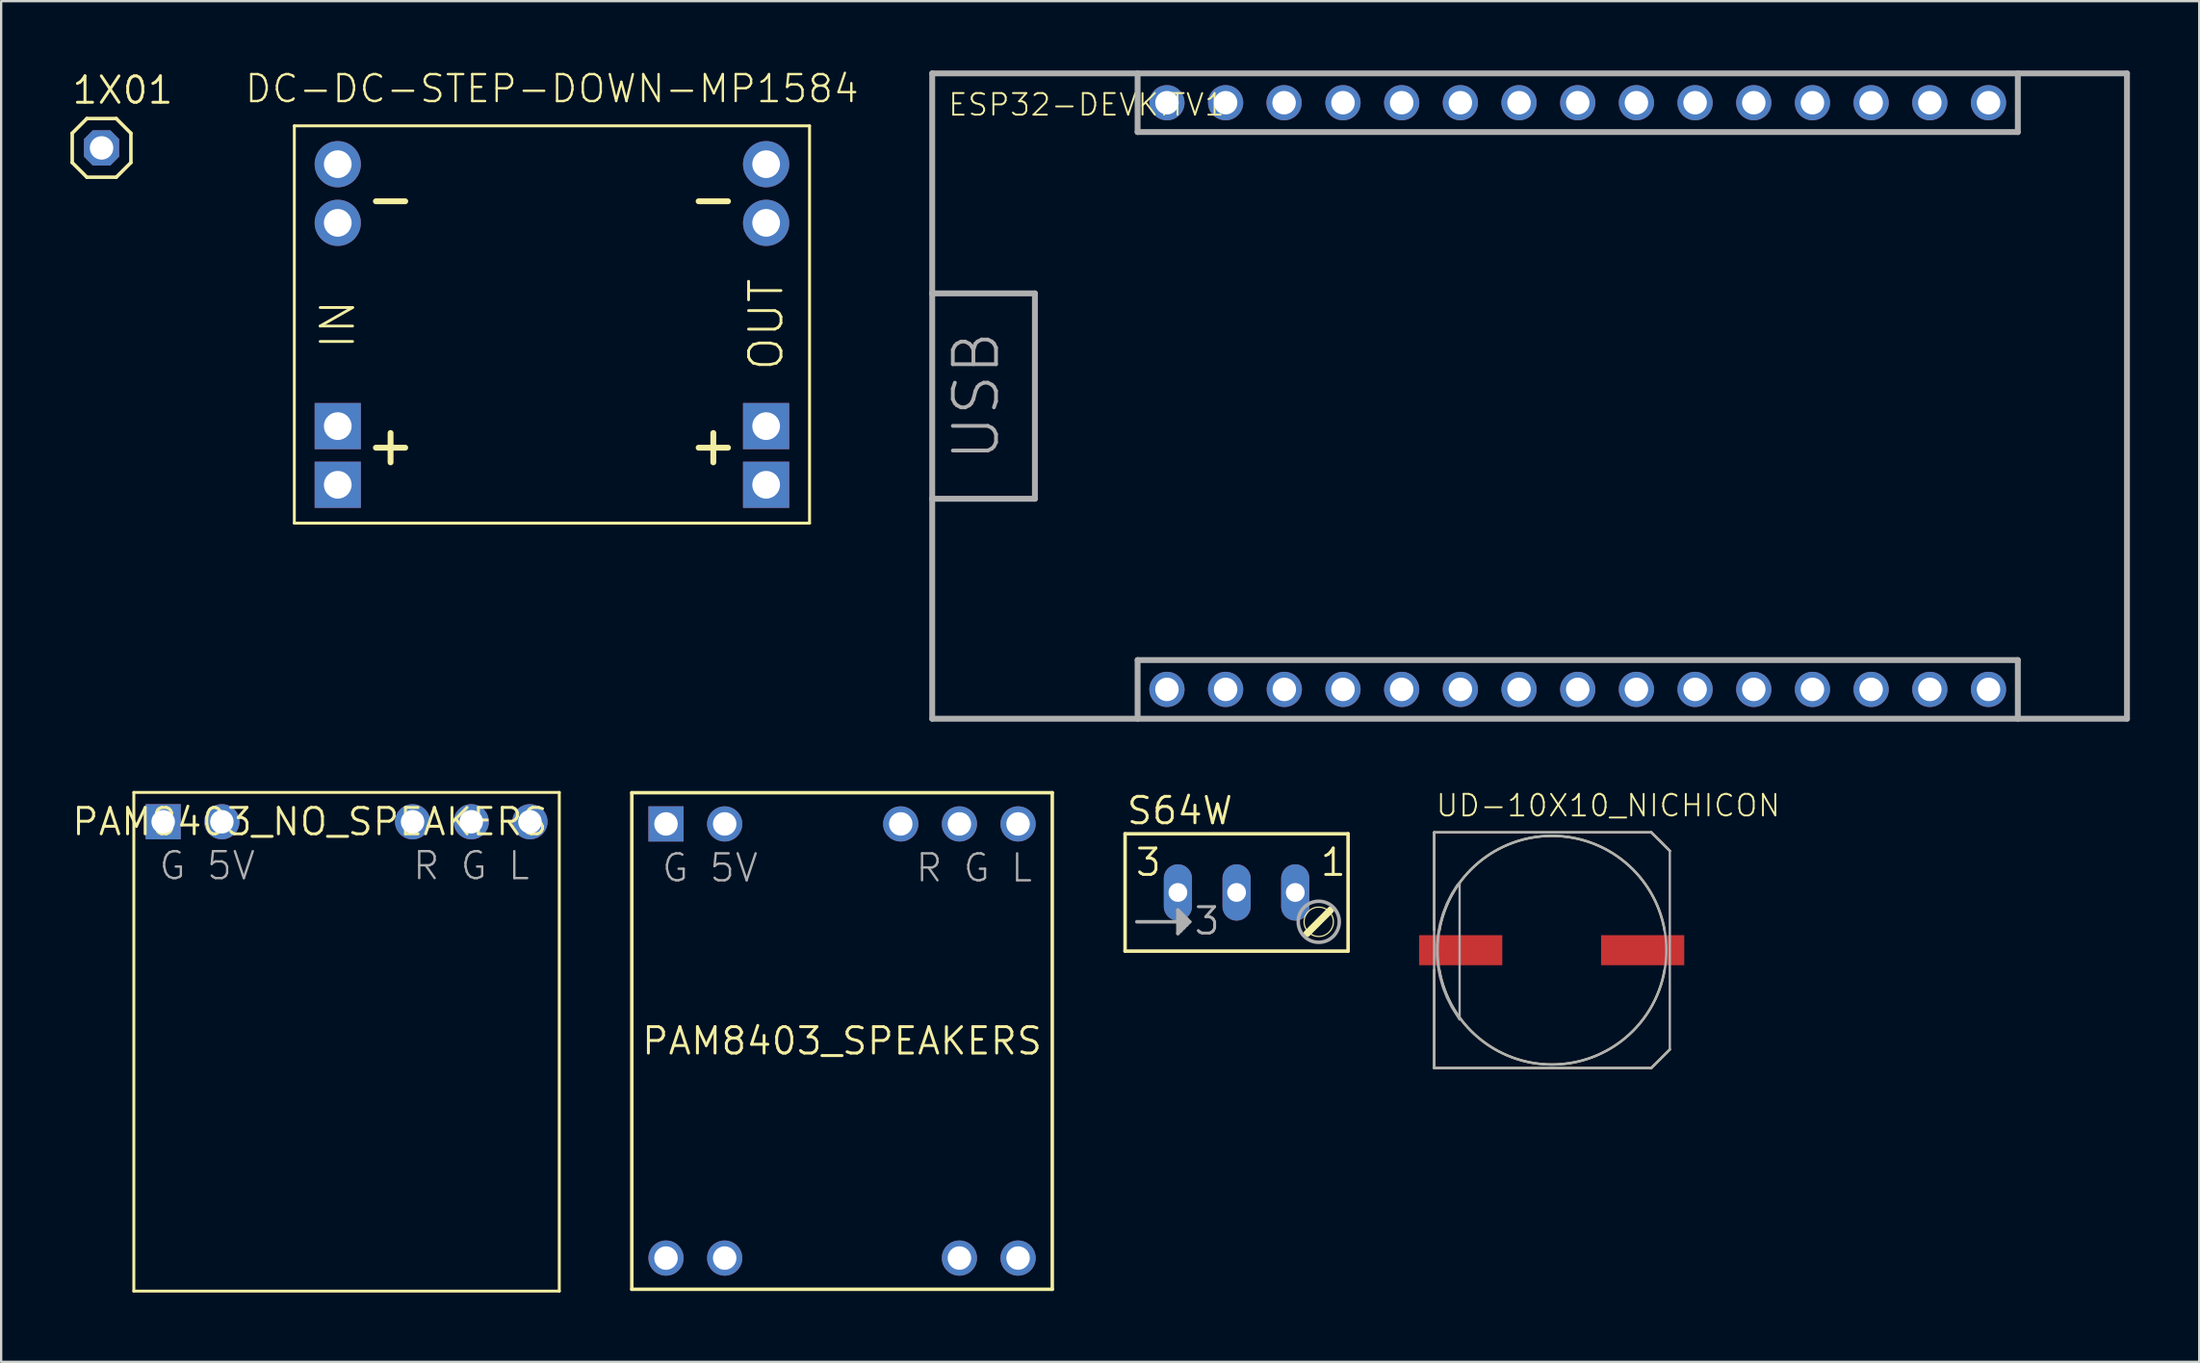
<source format=kicad_pcb>
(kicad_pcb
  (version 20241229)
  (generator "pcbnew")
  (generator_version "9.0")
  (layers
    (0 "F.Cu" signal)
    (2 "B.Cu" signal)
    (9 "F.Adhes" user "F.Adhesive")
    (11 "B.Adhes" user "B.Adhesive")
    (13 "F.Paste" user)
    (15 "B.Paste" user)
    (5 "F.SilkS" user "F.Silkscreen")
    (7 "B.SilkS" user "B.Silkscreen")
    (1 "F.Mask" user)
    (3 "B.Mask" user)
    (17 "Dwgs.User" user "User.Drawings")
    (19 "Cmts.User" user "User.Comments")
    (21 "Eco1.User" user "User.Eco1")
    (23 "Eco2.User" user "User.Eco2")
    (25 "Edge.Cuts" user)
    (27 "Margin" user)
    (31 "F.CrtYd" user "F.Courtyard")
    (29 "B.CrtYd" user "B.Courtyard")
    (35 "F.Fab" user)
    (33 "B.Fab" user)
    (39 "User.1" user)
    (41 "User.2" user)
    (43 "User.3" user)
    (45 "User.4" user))
  (footprint "1X01"
    (layer "F.Cu")
    (at 1.346 3.353)
    (property "Reference" "1X01" (at -1.346 -1.829 0) (layer "F.SilkS") (effects (font (size 1.143 1.143) (thickness 0.127)) (justify left bottom)))
    (fp_line (start -1.27 -0.635) (end -1.27 0.635) (stroke (width 0.152) (type solid)) (layer "F.SilkS"))
    (fp_line (start -1.27 0.635) (end -0.635 1.27) (stroke (width 0.152) (type solid)) (layer "F.SilkS"))
    (fp_line (start -0.635 -1.27) (end -1.27 -0.635) (stroke (width 0.152) (type solid)) (layer "F.SilkS"))
    (fp_line (start -0.635 -1.27) (end 0.635 -1.27) (stroke (width 0.152) (type solid)) (layer "F.SilkS"))
    (fp_line (start 0.635 -1.27) (end 1.27 -0.635) (stroke (width 0.152) (type solid)) (layer "F.SilkS"))
    (fp_line (start 0.635 1.27) (end -0.635 1.27) (stroke (width 0.152) (type solid)) (layer "F.SilkS"))
    (fp_line (start 1.27 -0.635) (end 1.27 0.635) (stroke (width 0.152) (type solid)) (layer "F.SilkS"))
    (fp_line (start 1.27 0.635) (end 0.635 1.27) (stroke (width 0.152) (type solid)) (layer "F.SilkS"))
    (fp_poly (pts (xy -0.254 0.254) (xy 0.254 0.254) (xy 0.254 -0.254) (xy -0.254 -0.254)) (stroke (width 0.1) (type solid)) (fill no) (layer "F.Fab"))
    (pad "1" thru_hole roundrect (at 0 0) (size 1.524 1.524) (drill 1.016) (layers "*.Cu" "*.Mask") (roundrect_rratio 0.25) (chamfer_ratio 0.25) (chamfer top_left top_right bottom_left bottom_right)))
  (footprint "S64W"
    (layer "F.Cu")
    (at 50.474 36.858)
    (property "Reference" "S64W" (at -4.826 -4.14 0) (layer "F.SilkS") (effects (font (size 1.143 1.143) (thickness 0.127)) (justify left bottom)))
    (fp_line (start -4.826 -3.81) (end 4.826 -3.81) (stroke (width 0.152) (type solid)) (layer "F.SilkS"))
    (fp_line (start -4.826 1.27) (end -4.826 -3.81) (stroke (width 0.152) (type solid)) (layer "F.SilkS"))
    (fp_line (start -4.826 1.27) (end 4.826 1.27) (stroke (width 0.152) (type solid)) (layer "F.SilkS"))
    (fp_line (start 4.064 -0.508) (end 3.048 0.508) (stroke (width 0.305) (type solid)) (layer "F.SilkS"))
    (fp_line (start 4.826 -3.81) (end 4.826 1.27) (stroke (width 0.152) (type solid)) (layer "F.SilkS"))
    (fp_circle (center 3.556 0) (end 4.191 0) (stroke (width 0.051) (type solid)) (fill no) (layer "F.SilkS"))
    (fp_line (start -4.318 0) (end -2.413 0) (stroke (width 0.152) (type solid)) (layer "F.Fab"))
    (fp_line (start -2.54 -0.508) (end -2.54 0.508) (stroke (width 0.152) (type solid)) (layer "F.Fab"))
    (fp_line (start -2.54 0.508) (end -2.413 0.381) (stroke (width 0.152) (type solid)) (layer "F.Fab"))
    (fp_line (start -2.413 -0.381) (end -2.54 -0.508) (stroke (width 0.152) (type solid)) (layer "F.Fab"))
    (fp_line (start -2.413 0) (end -2.413 -0.381) (stroke (width 0.152) (type solid)) (layer "F.Fab"))
    (fp_line (start -2.413 0.381) (end -2.413 0) (stroke (width 0.152) (type solid)) (layer "F.Fab"))
    (fp_line (start -2.286 -0.254) (end -2.413 -0.381) (stroke (width 0.152) (type solid)) (layer "F.Fab"))
    (fp_line (start -2.286 0.254) (end -2.413 0.381) (stroke (width 0.152) (type solid)) (layer "F.Fab"))
    (fp_line (start -2.286 0.254) (end -2.286 -0.254) (stroke (width 0.152) (type solid)) (layer "F.Fab"))
    (fp_line (start -2.159 -0.127) (end -2.286 -0.254) (stroke (width 0.152) (type solid)) (layer "F.Fab"))
    (fp_line (start -2.159 0.127) (end -2.286 0.254) (stroke (width 0.152) (type solid)) (layer "F.Fab"))
    (fp_line (start -2.159 0.127) (end -2.159 -0.127) (stroke (width 0.152) (type solid)) (layer "F.Fab"))
    (fp_line (start -2.032 0) (end -2.413 0) (stroke (width 0.152) (type solid)) (layer "F.Fab"))
    (fp_line (start -2.032 0) (end -2.159 -0.127) (stroke (width 0.152) (type solid)) (layer "F.Fab"))
    (fp_line (start -2.032 0) (end -2.159 0.127) (stroke (width 0.152) (type solid)) (layer "F.Fab"))
    (fp_circle (center 3.556 0) (end 4.445 0) (stroke (width 0.152) (type solid)) (fill no) (layer "F.Fab"))
    (fp_text user "1" (at 3.556 -1.905 0) (layer "F.SilkS") (effects (font (size 1.143 1.143) (thickness 0.127)) (justify left bottom)))
    (fp_text user "3" (at -4.445 -1.905 0) (layer "F.SilkS") (effects (font (size 1.143 1.143) (thickness 0.127)) (justify left bottom)))
    (fp_text user "3" (at -1.905 0.635 0) (layer "F.Fab") (effects (font (size 1.143 1.143) (thickness 0.127)) (justify left bottom)))
    (pad "A" thru_hole oval (at 2.54 -1.27 90) (size 2.438 1.219) (drill 0.813) (layers "*.Cu" "*.Mask"))
    (pad "E" thru_hole oval (at -2.54 -1.27 90) (size 2.438 1.219) (drill 0.813) (layers "*.Cu" "*.Mask"))
    (pad "S" thru_hole oval (at 0 -1.27 90) (size 2.438 1.219) (drill 0.813) (layers "*.Cu" "*.Mask")))
  (footprint "DC-DC-STEP-DOWN-MP1584"
    (layer "F.Cu")
    (at 20.84 10.998)
    (property "Reference" "DC-DC-STEP-DOWN-MP1584" (at 0 -9.525 0) (layer "F.SilkS") (effects (font (size 1.168 1.168) (thickness 0.102)) (justify bottom)))
    (fp_line (start -11.15 -8.6) (end 11.15 -8.6) (stroke (width 0.127) (type solid)) (layer "F.SilkS"))
    (fp_line (start -11.15 8.6) (end -11.15 -8.6) (stroke (width 0.127) (type solid)) (layer "F.SilkS"))
    (fp_line (start -7.62 5.334) (end -6.35 5.334) (stroke (width 0.254) (type solid)) (layer "F.SilkS"))
    (fp_line (start -6.985 5.969) (end -6.985 4.699) (stroke (width 0.254) (type solid)) (layer "F.SilkS"))
    (fp_line (start -6.35 -5.334) (end -7.62 -5.334) (stroke (width 0.254) (type solid)) (layer "F.SilkS"))
    (fp_line (start 6.35 5.334) (end 7.62 5.334) (stroke (width 0.254) (type solid)) (layer "F.SilkS"))
    (fp_line (start 6.985 5.969) (end 6.985 4.699) (stroke (width 0.254) (type solid)) (layer "F.SilkS"))
    (fp_line (start 7.62 -5.334) (end 6.35 -5.334) (stroke (width 0.254) (type solid)) (layer "F.SilkS"))
    (fp_line (start 11.15 -8.6) (end 11.15 8.6) (stroke (width 0.127) (type solid)) (layer "F.SilkS"))
    (fp_line (start 11.15 8.6) (end -11.15 8.6) (stroke (width 0.127) (type solid)) (layer "F.SilkS"))
    (fp_text user "IN" (at -9.271 0 90) (layer "F.SilkS") (effects (font (size 1.402 1.402) (thickness 0.122))))
    (fp_text user "OUT" (at 9.271 0 90) (layer "F.SilkS") (effects (font (size 1.402 1.402) (thickness 0.122))))
    (pad "IN+.1" thru_hole rect (at -9.271 4.4) (size 2 2) (drill 1.2) (layers "*.Cu" "*.Mask"))
    (pad "IN+.2" thru_hole rect (at -9.271 6.94) (size 2 2) (drill 1.2) (layers "*.Cu" "*.Mask"))
    (pad "IN-.1" thru_hole circle (at -9.271 -6.94) (size 2 2) (drill 1.2) (layers "*.Cu" "*.Mask"))
    (pad "IN-.2" thru_hole circle (at -9.271 -4.4) (size 2 2) (drill 1.2) (layers "*.Cu" "*.Mask"))
    (pad "OUT+.1" thru_hole rect (at 9.271 4.4) (size 2 2) (drill 1.2) (layers "*.Cu" "*.Mask"))
    (pad "OUT+.2" thru_hole rect (at 9.271 6.94) (size 2 2) (drill 1.2) (layers "*.Cu" "*.Mask"))
    (pad "OUT-.1" thru_hole circle (at 9.271 -6.94) (size 2 2) (drill 1.2) (layers "*.Cu" "*.Mask"))
    (pad "OUT-.2" thru_hole circle (at 9.271 -4.4) (size 2 2) (drill 1.2) (layers "*.Cu" "*.Mask")))
  (footprint "PAM8403_SPEAKERS"
    (layer "F.Cu")
    (at 33.397 42.019)
    (property "Reference" "PAM8403_SPEAKERS" (at 0 0 0) (layer "F.SilkS") (effects (font (size 1.143 1.143) (thickness 0.127))))
    (fp_line (start -9.1 -10.75) (end 9.1 -10.75) (stroke (width 0.15) (type solid)) (layer "F.SilkS"))
    (fp_line (start -9.1 10.75) (end -9.1 -10.75) (stroke (width 0.15) (type solid)) (layer "F.SilkS"))
    (fp_line (start 9.1 -10.75) (end 9.1 10.75) (stroke (width 0.15) (type solid)) (layer "F.SilkS"))
    (fp_line (start 9.1 10.75) (end -9.1 10.75) (stroke (width 0.15) (type solid)) (layer "F.SilkS"))
    (fp_text user "G 5V" (at -5.715 -7.493 0) (layer "F.Fab") (effects (font (size 1.168 1.168) (thickness 0.102))))
    (fp_text user "R G L" (at 5.715 -7.493 0) (layer "F.Fab") (effects (font (size 1.168 1.168) (thickness 0.102))))
    (pad "1" thru_hole rect (at -7.62 -9.398) (size 1.524 1.524) (drill 1.016) (layers "*.Cu" "*.Mask"))
    (pad "2" thru_hole circle (at -5.08 -9.398) (size 1.524 1.524) (drill 1.016) (layers "*.Cu" "*.Mask"))
    (pad "3" thru_hole circle (at 2.54 -9.398) (size 1.524 1.524) (drill 1.016) (layers "*.Cu" "*.Mask"))
    (pad "4" thru_hole circle (at 5.08 -9.398) (size 1.524 1.524) (drill 1.016) (layers "*.Cu" "*.Mask"))
    (pad "5" thru_hole circle (at 7.62 -9.398) (size 1.524 1.524) (drill 1.016) (layers "*.Cu" "*.Mask"))
    (pad "6" thru_hole circle (at -7.62 9.398) (size 1.524 1.524) (drill 1.016) (layers "*.Cu" "*.Mask"))
    (pad "7" thru_hole circle (at -5.08 9.398) (size 1.524 1.524) (drill 1.016) (layers "*.Cu" "*.Mask"))
    (pad "8" thru_hole circle (at 5.08 9.398) (size 1.524 1.524) (drill 1.016) (layers "*.Cu" "*.Mask"))
    (pad "9" thru_hole circle (at 7.62 9.398) (size 1.524 1.524) (drill 1.016) (layers "*.Cu" "*.Mask")))
  (footprint "ESP32-DEVKITV1"
    (layer "F.Cu")
    (at 63.97 14.097)
    (property "Reference" "ESP32-DEVKITV1" (at -26.035 -12.065 0) (layer "F.SilkS") (effects (font (size 0.935 0.935) (thickness 0.081)) (justify left bottom)))
    (fp_line (start -26.67 -13.97) (end 25.044 -13.97) (stroke (width 0.254) (type solid)) (layer "F.Fab"))
    (fp_line (start -26.67 -4.445) (end -26.67 -13.97) (stroke (width 0.254) (type solid)) (layer "F.Fab"))
    (fp_line (start -26.67 4.445) (end -26.67 -4.445) (stroke (width 0.254) (type solid)) (layer "F.Fab"))
    (fp_line (start -26.67 13.97) (end -26.67 4.445) (stroke (width 0.254) (type solid)) (layer "F.Fab"))
    (fp_line (start -22.225 -4.445) (end -26.67 -4.445) (stroke (width 0.254) (type solid)) (layer "F.Fab"))
    (fp_line (start -22.225 4.445) (end -26.67 4.445) (stroke (width 0.254) (type solid)) (layer "F.Fab"))
    (fp_line (start -22.225 4.445) (end -22.225 -4.445) (stroke (width 0.254) (type solid)) (layer "F.Fab"))
    (fp_line (start -17.78 -13.97) (end -17.78 -11.43) (stroke (width 0.254) (type solid)) (layer "F.Fab"))
    (fp_line (start -17.78 -11.43) (end 20.32 -11.43) (stroke (width 0.254) (type solid)) (layer "F.Fab"))
    (fp_line (start -17.78 11.43) (end -17.78 13.97) (stroke (width 0.254) (type solid)) (layer "F.Fab"))
    (fp_line (start -17.78 11.43) (end 20.32 11.43) (stroke (width 0.254) (type solid)) (layer "F.Fab"))
    (fp_line (start -17.78 12.7) (end -17.78 12.7) (stroke (width 0.1) (type solid)) (layer "F.Fab"))
    (fp_line (start -17.78 13.97) (end -17.78 13.97) (stroke (width 0.1) (type solid)) (layer "F.Fab"))
    (fp_line (start 20.32 -11.43) (end 20.32 -13.97) (stroke (width 0.254) (type solid)) (layer "F.Fab"))
    (fp_line (start 20.32 11.43) (end 20.32 13.97) (stroke (width 0.254) (type solid)) (layer "F.Fab"))
    (fp_line (start 25.044 -13.97) (end 25.044 13.97) (stroke (width 0.254) (type solid)) (layer "F.Fab"))
    (fp_line (start 25.044 13.97) (end -26.67 13.97) (stroke (width 0.254) (type solid)) (layer "F.Fab"))
    (fp_text user "USB" (at -24.765 0 90) (layer "F.Fab") (effects (font (size 1.869 1.869) (thickness 0.163))))
    (pad "3V3" thru_hole circle (at -16.51 12.7) (size 1.524 1.524) (drill 1.016) (layers "*.Cu" "*.Mask"))
    (pad "D1" thru_hole circle (at 13.97 12.7) (size 1.524 1.524) (drill 1.016) (layers "*.Cu" "*.Mask"))
    (pad "D2" thru_hole circle (at -8.89 12.7) (size 1.524 1.524) (drill 1.016) (layers "*.Cu" "*.Mask"))
    (pad "D3" thru_hole circle (at 11.43 12.7) (size 1.524 1.524) (drill 1.016) (layers "*.Cu" "*.Mask"))
    (pad "D4" thru_hole circle (at -6.35 12.7) (size 1.524 1.524) (drill 1.016) (layers "*.Cu" "*.Mask"))
    (pad "D5" thru_hole circle (at 1.27 12.7) (size 1.524 1.524) (drill 1.016) (layers "*.Cu" "*.Mask"))
    (pad "D12" thru_hole circle (at -8.89 -12.7) (size 1.524 1.524) (drill 1.016) (layers "*.Cu" "*.Mask"))
    (pad "D13" thru_hole circle (at -11.44 -12.7) (size 1.524 1.524) (drill 1.016) (layers "*.Cu" "*.Mask"))
    (pad "D14" thru_hole circle (at -6.35 -12.7) (size 1.524 1.524) (drill 1.016) (layers "*.Cu" "*.Mask"))
    (pad "D15" thru_hole circle (at -11.43 12.7) (size 1.524 1.524) (drill 1.016) (layers "*.Cu" "*.Mask"))
    (pad "D16" thru_hole circle (at -3.81 12.7) (size 1.524 1.524) (drill 1.016) (layers "*.Cu" "*.Mask"))
    (pad "D17" thru_hole circle (at -1.27 12.7) (size 1.524 1.524) (drill 1.016) (layers "*.Cu" "*.Mask"))
    (pad "D18" thru_hole circle (at 3.81 12.7) (size 1.524 1.524) (drill 1.016) (layers "*.Cu" "*.Mask"))
    (pad "D19" thru_hole circle (at 6.35 12.7) (size 1.524 1.524) (drill 1.016) (layers "*.Cu" "*.Mask"))
    (pad "D21" thru_hole circle (at 8.89 12.7) (size 1.524 1.524) (drill 1.016) (layers "*.Cu" "*.Mask"))
    (pad "D22" thru_hole circle (at 16.51 12.7) (size 1.524 1.524) (drill 1.016) (layers "*.Cu" "*.Mask"))
    (pad "D23" thru_hole circle (at 19.05 12.7) (size 1.524 1.524) (drill 1.016) (layers "*.Cu" "*.Mask"))
    (pad "D25" thru_hole circle (at 1.27 -12.7) (size 1.524 1.524) (drill 1.016) (layers "*.Cu" "*.Mask"))
    (pad "D26" thru_hole circle (at -1.27 -12.7) (size 1.524 1.524) (drill 1.016) (layers "*.Cu" "*.Mask"))
    (pad "D27" thru_hole circle (at -3.81 -12.7) (size 1.524 1.524) (drill 1.016) (layers "*.Cu" "*.Mask"))
    (pad "D32" thru_hole circle (at 6.35 -12.7) (size 1.524 1.524) (drill 1.016) (layers "*.Cu" "*.Mask"))
    (pad "D33" thru_hole circle (at 3.81 -12.7) (size 1.524 1.524) (drill 1.016) (layers "*.Cu" "*.Mask"))
    (pad "D34" thru_hole circle (at 11.43 -12.7) (size 1.524 1.524) (drill 1.016) (layers "*.Cu" "*.Mask"))
    (pad "D35" thru_hole circle (at 8.89 -12.7) (size 1.524 1.524) (drill 1.016) (layers "*.Cu" "*.Mask"))
    (pad "D36" thru_hole circle (at 16.51 -12.7) (size 1.524 1.524) (drill 1.016) (layers "*.Cu" "*.Mask"))
    (pad "D39" thru_hole circle (at 13.97 -12.7) (size 1.524 1.524) (drill 1.016) (layers "*.Cu" "*.Mask"))
    (pad "EN" thru_hole circle (at 19.05 -12.7) (size 1.524 1.524) (drill 1.016) (layers "*.Cu" "*.Mask"))
    (pad "GND@1" thru_hole circle (at -13.97 -12.7) (size 1.524 1.524) (drill 1.016) (layers "*.Cu" "*.Mask"))
    (pad "GND@2" thru_hole circle (at -13.97 12.7) (size 1.524 1.524) (drill 1.016) (layers "*.Cu" "*.Mask"))
    (pad "VIN" thru_hole circle (at -16.51 -12.7) (size 1.524 1.524) (drill 1.016) (layers "*.Cu" "*.Mask")))
  (footprint "UD-10X10_NICHICON"
    (layer "F.Cu")
    (at 64.126 38.088)
    (property "Reference" "UD-10X10_NICHICON" (at -5.08 -5.715 0) (layer "F.SilkS") (effects (font (size 0.935 0.935) (thickness 0.081)) (justify left bottom)))
    (fp_line (start -5.1 -5.1) (end 4.3 -5.1) (stroke (width 0.102) (type solid)) (layer "F.SilkS"))
    (fp_line (start -5.1 -0.875) (end -5.1 -5.1) (stroke (width 0.102) (type solid)) (layer "F.SilkS"))
    (fp_line (start -5.1 5.1) (end -5.1 0.85) (stroke (width 0.102) (type solid)) (layer "F.SilkS"))
    (fp_line (start 4.3 -5.1) (end 5.1 -4.3) (stroke (width 0.102) (type solid)) (layer "F.SilkS"))
    (fp_line (start 4.3 5.1) (end -5.1 5.1) (stroke (width 0.102) (type solid)) (layer "F.SilkS"))
    (fp_line (start 5.1 4.3) (end 4.3 5.1) (stroke (width 0.102) (type solid)) (layer "F.SilkS"))
    (fp_arc (start -4.875 -0.85) (mid 0.000001 -4.950038) (end 4.875 -0.849998) (stroke (width 0.1016) (type solid)) (layer "F.SilkS"))
    (fp_arc (start 4.875 0.85) (mid -0.000001 4.950038) (end -4.875 0.849998) (stroke (width 0.1016) (type solid)) (layer "F.SilkS"))
    (fp_line (start -5.1 -5.1) (end 4.3 -5.1) (stroke (width 0.102) (type solid)) (layer "F.Fab"))
    (fp_line (start -5.1 5.1) (end -5.1 -5.1) (stroke (width 0.102) (type solid)) (layer "F.Fab"))
    (fp_line (start 4.3 -5.1) (end 5.1 -4.3) (stroke (width 0.102) (type solid)) (layer "F.Fab"))
    (fp_line (start 4.3 5.1) (end -5.1 5.1) (stroke (width 0.102) (type solid)) (layer "F.Fab"))
    (fp_line (start 5.1 -4.3) (end 5.1 4.3) (stroke (width 0.102) (type solid)) (layer "F.Fab"))
    (fp_line (start 5.1 4.3) (end 4.3 5.1) (stroke (width 0.102) (type solid)) (layer "F.Fab"))
    (fp_circle (center 0 0) (end 4.95 0) (stroke (width 0.102) (type solid)) (fill no) (layer "F.Fab"))
    (fp_poly (pts (xy -3.999 3.002) (xy -4.339 2.46) (xy -4.548 2.045) (xy -4.717 1.612) (xy -4.845 1.165) (xy -4.932 0.708) (xy -4.975 0.245) (xy -4.975 -0.22) (xy -4.932 -0.683) (xy -4.845 -1.14) (xy -4.717 -1.587) (xy -4.548 -2.02) (xy -4.339 -2.435) (xy -4.09 -2.832) (xy -3.999 -2.923)) (stroke (width 0.1) (type solid)) (fill no) (layer "F.Fab"))
    (pad "+" smd rect (at 3.925 0) (size 3.6 1.3) (layers "F.Cu" "F.Mask" "F.Paste"))
    (pad "-" smd rect (at -3.95 0) (size 3.6 1.3) (layers "F.Cu" "F.Mask" "F.Paste")))
  (footprint "PAM8403_NO_SPEAKERS"
    (layer "F.Cu")
    (at 11.633 41.417)
    (property "Reference" "PAM8403_NO_SPEAKERS" (at -1.27 -8.89 0) (layer "F.SilkS") (effects (font (size 1.143 1.143) (thickness 0.127))))
    (fp_line (start -8.89 -10.16) (end -8.89 11.43) (stroke (width 0.127) (type solid)) (layer "F.SilkS"))
    (fp_line (start -8.89 11.43) (end 9.525 11.43) (stroke (width 0.127) (type solid)) (layer "F.SilkS"))
    (fp_line (start 9.525 -10.16) (end -8.89 -10.16) (stroke (width 0.127) (type solid)) (layer "F.SilkS"))
    (fp_line (start 9.525 11.43) (end 9.525 -10.16) (stroke (width 0.127) (type solid)) (layer "F.SilkS"))
    (fp_text user "G 5V" (at -5.715 -6.985 0) (layer "F.Fab") (effects (font (size 1.168 1.168) (thickness 0.102))))
    (fp_text user "R G L" (at 5.715 -6.985 0) (layer "F.Fab") (effects (font (size 1.168 1.168) (thickness 0.102))))
    (pad "1" thru_hole rect (at -7.62 -8.89) (size 1.524 1.524) (drill 1.016) (layers "*.Cu" "*.Mask"))
    (pad "2" thru_hole circle (at -5.08 -8.89) (size 1.524 1.524) (drill 1.016) (layers "*.Cu" "*.Mask"))
    (pad "3" thru_hole circle (at 3.175 -8.89) (size 1.524 1.524) (drill 1.016) (layers "*.Cu" "*.Mask"))
    (pad "4" thru_hole circle (at 5.715 -8.89) (size 1.524 1.524) (drill 1.016) (layers "*.Cu" "*.Mask"))
    (pad "5" thru_hole circle (at 8.255 -8.89) (size 1.524 1.524) (drill 1.016) (layers "*.Cu" "*.Mask")))
  (gr_rect
    (start -3 -3)
    (end 92.141 55.911)
    (stroke (width 0.1) (type default))
    (fill no)
    (layer "Edge.Cuts")))
</source>
